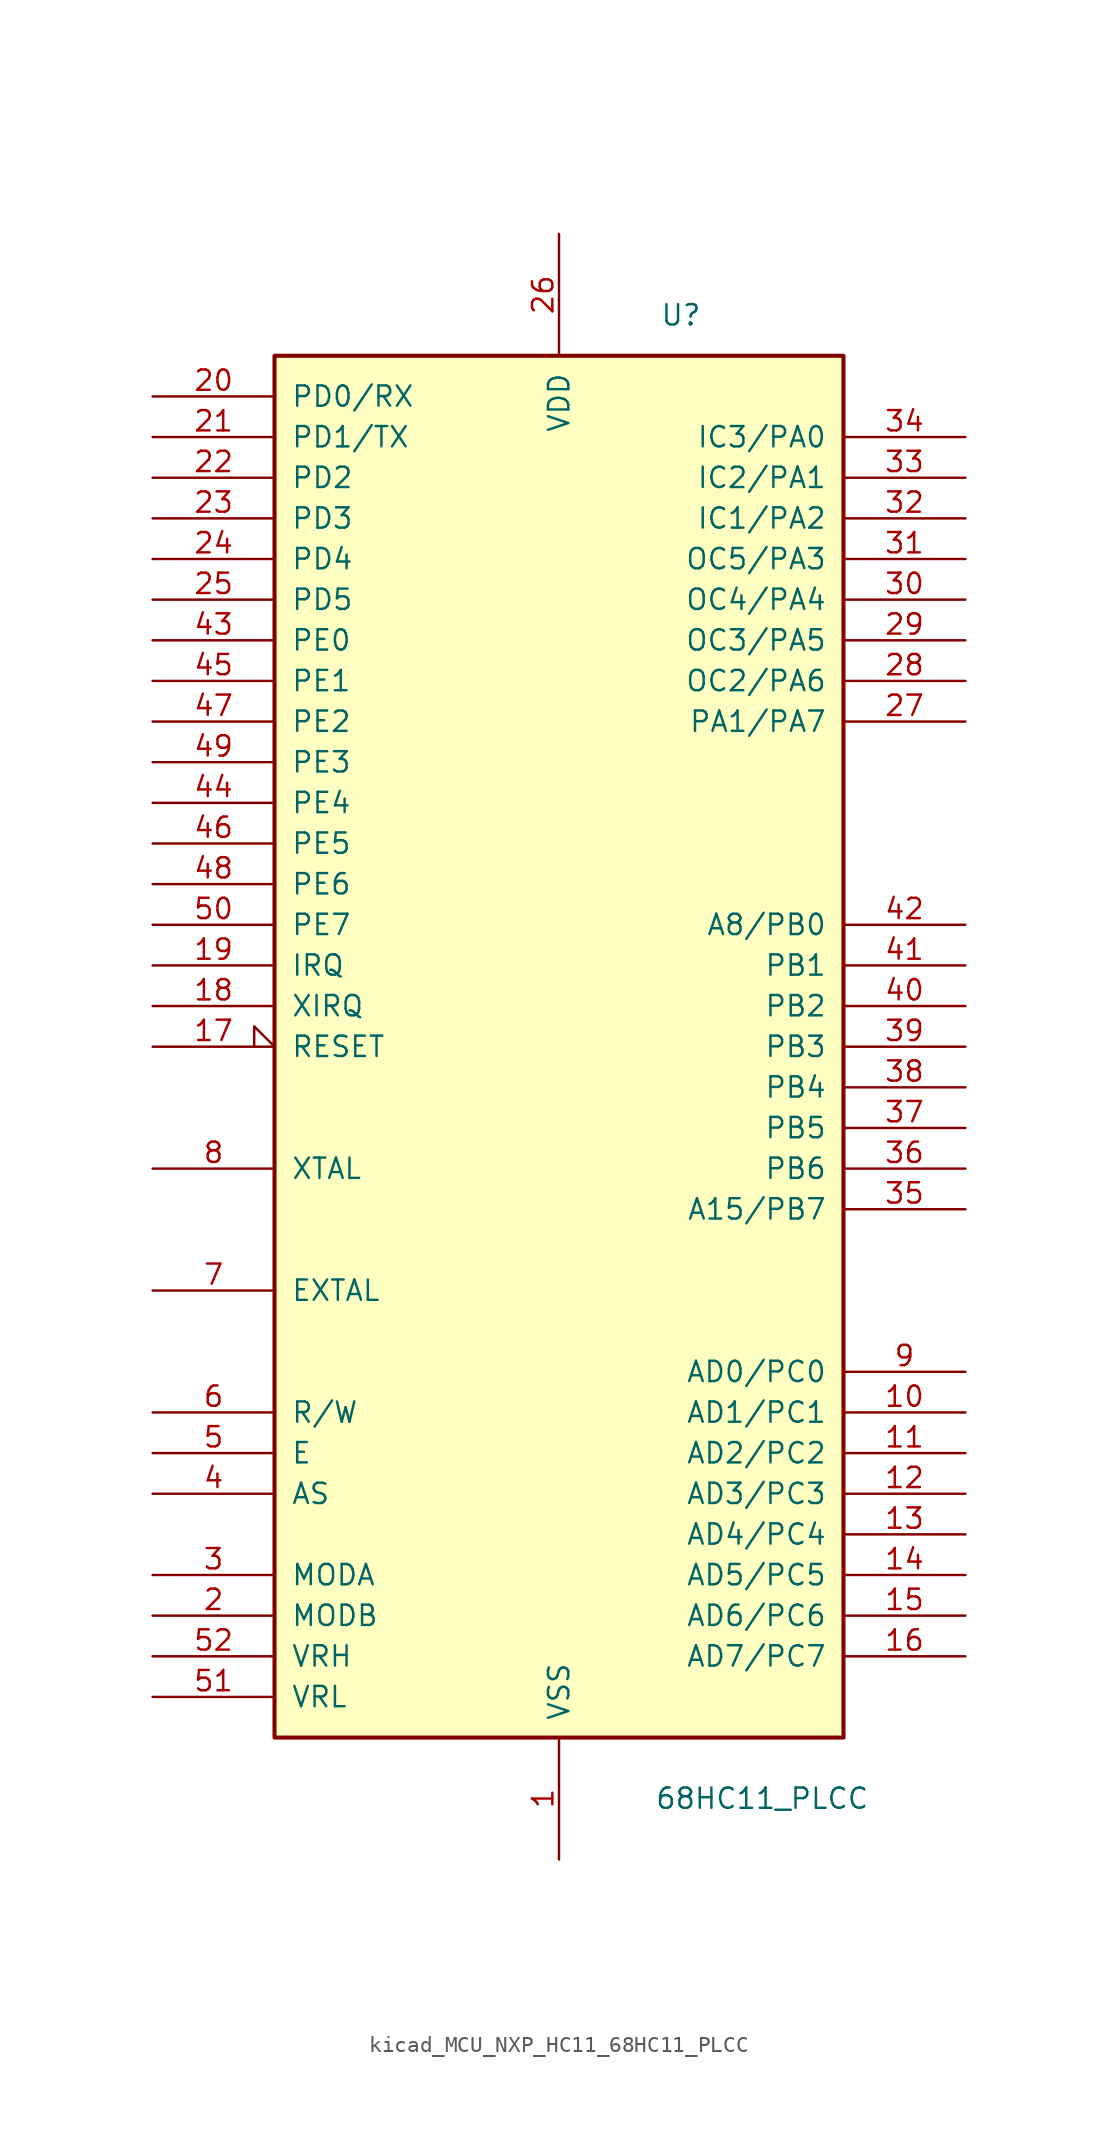
<source format=kicad_sym>
(kicad_symbol_lib
  (version 20220914)
  (generator kicad_symbol_editor)
  (symbol "kicad_MCU_NXP_HC11_68HC11_PLCC"
    (pin_names
      (offset 1.016))
    (property "Reference" "U"
      (at 7.62 45.72 0)
      (effects (font (size 1.27 1.27))))
    (property "Value" "68HC11_PLCC"
      (at 12.7 -46.99 0)
      (effects (font (size 1.27 1.27))))
    (symbol "kicad_MCU_NXP_HC11_68HC11_PLCC_0_1"
      (rectangle (start -17.78 -43.18) (end 17.78 43.18) (stroke (width 0.254) (type default)) (fill (type background))))
    (symbol "kicad_MCU_NXP_HC11_68HC11_PLCC_1_1"
      (pin power_in line (at 0 -50.8 90) (length 7.62) (name "VSS" (effects (font (size 1.27 1.27)))) (number "1" (effects (font (size 1.27 1.27)))))
      (pin tri_state line (at 25.4 -22.86 180) (length 7.62) (name "AD1/PC1" (effects (font (size 1.27 1.27)))) (number "10" (effects (font (size 1.27 1.27)))))
      (pin tri_state line (at 25.4 -25.4 180) (length 7.62) (name "AD2/PC2" (effects (font (size 1.27 1.27)))) (number "11" (effects (font (size 1.27 1.27)))))
      (pin tri_state line (at 25.4 -27.94 180) (length 7.62) (name "AD3/PC3" (effects (font (size 1.27 1.27)))) (number "12" (effects (font (size 1.27 1.27)))))
      (pin tri_state line (at 25.4 -30.48 180) (length 7.62) (name "AD4/PC4" (effects (font (size 1.27 1.27)))) (number "13" (effects (font (size 1.27 1.27)))))
      (pin tri_state line (at 25.4 -33.02 180) (length 7.62) (name "AD5/PC5" (effects (font (size 1.27 1.27)))) (number "14" (effects (font (size 1.27 1.27)))))
      (pin tri_state line (at 25.4 -35.56 180) (length 7.62) (name "AD6/PC6" (effects (font (size 1.27 1.27)))) (number "15" (effects (font (size 1.27 1.27)))))
      (pin tri_state line (at 25.4 -38.1 180) (length 7.62) (name "AD7/PC7" (effects (font (size 1.27 1.27)))) (number "16" (effects (font (size 1.27 1.27)))))
      (pin input input_low (at -25.4 0 0) (length 7.62) (name "RESET" (effects (font (size 1.27 1.27)))) (number "17" (effects (font (size 1.27 1.27)))))
      (pin input line (at -25.4 2.54 0) (length 7.62) (name "XIRQ" (effects (font (size 1.27 1.27)))) (number "18" (effects (font (size 1.27 1.27)))))
      (pin input line (at -25.4 5.08 0) (length 7.62) (name "IRQ" (effects (font (size 1.27 1.27)))) (number "19" (effects (font (size 1.27 1.27)))))
      (pin input line (at -25.4 -35.56 0) (length 7.62) (name "MODB" (effects (font (size 1.27 1.27)))) (number "2" (effects (font (size 1.27 1.27)))))
      (pin bidirectional line (at -25.4 40.64 0) (length 7.62) (name "PD0/RX" (effects (font (size 1.27 1.27)))) (number "20" (effects (font (size 1.27 1.27)))))
      (pin bidirectional line (at -25.4 38.1 0) (length 7.62) (name "PD1/TX" (effects (font (size 1.27 1.27)))) (number "21" (effects (font (size 1.27 1.27)))))
      (pin bidirectional line (at -25.4 35.56 0) (length 7.62) (name "PD2" (effects (font (size 1.27 1.27)))) (number "22" (effects (font (size 1.27 1.27)))))
      (pin input line (at -25.4 33.02 0) (length 7.62) (name "PD3" (effects (font (size 1.27 1.27)))) (number "23" (effects (font (size 1.27 1.27)))))
      (pin bidirectional line (at -25.4 30.48 0) (length 7.62) (name "PD4" (effects (font (size 1.27 1.27)))) (number "24" (effects (font (size 1.27 1.27)))))
      (pin bidirectional line (at -25.4 27.94 0) (length 7.62) (name "PD5" (effects (font (size 1.27 1.27)))) (number "25" (effects (font (size 1.27 1.27)))))
      (pin power_in line (at 0 50.8 270) (length 7.62) (name "VDD" (effects (font (size 1.27 1.27)))) (number "26" (effects (font (size 1.27 1.27)))))
      (pin input line (at 25.4 20.32 180) (length 7.62) (name "PA1/PA7" (effects (font (size 1.27 1.27)))) (number "27" (effects (font (size 1.27 1.27)))))
      (pin output line (at 25.4 22.86 180) (length 7.62) (name "OC2/PA6" (effects (font (size 1.27 1.27)))) (number "28" (effects (font (size 1.27 1.27)))))
      (pin output line (at 25.4 25.4 180) (length 7.62) (name "OC3/PA5" (effects (font (size 1.27 1.27)))) (number "29" (effects (font (size 1.27 1.27)))))
      (pin input line (at -25.4 -33.02 0) (length 7.62) (name "MODA" (effects (font (size 1.27 1.27)))) (number "3" (effects (font (size 1.27 1.27)))))
      (pin output line (at 25.4 27.94 180) (length 7.62) (name "OC4/PA4" (effects (font (size 1.27 1.27)))) (number "30" (effects (font (size 1.27 1.27)))))
      (pin output line (at 25.4 30.48 180) (length 7.62) (name "OC5/PA3" (effects (font (size 1.27 1.27)))) (number "31" (effects (font (size 1.27 1.27)))))
      (pin input line (at 25.4 33.02 180) (length 7.62) (name "IC1/PA2" (effects (font (size 1.27 1.27)))) (number "32" (effects (font (size 1.27 1.27)))))
      (pin input line (at 25.4 35.56 180) (length 7.62) (name "IC2/PA1" (effects (font (size 1.27 1.27)))) (number "33" (effects (font (size 1.27 1.27)))))
      (pin input line (at 25.4 38.1 180) (length 7.62) (name "IC3/PA0" (effects (font (size 1.27 1.27)))) (number "34" (effects (font (size 1.27 1.27)))))
      (pin output line (at 25.4 -10.16 180) (length 7.62) (name "A15/PB7" (effects (font (size 1.27 1.27)))) (number "35" (effects (font (size 1.27 1.27)))))
      (pin output line (at 25.4 -7.62 180) (length 7.62) (name "PB6" (effects (font (size 1.27 1.27)))) (number "36" (effects (font (size 1.27 1.27)))))
      (pin output line (at 25.4 -5.08 180) (length 7.62) (name "PB5" (effects (font (size 1.27 1.27)))) (number "37" (effects (font (size 1.27 1.27)))))
      (pin output line (at 25.4 -2.54 180) (length 7.62) (name "PB4" (effects (font (size 1.27 1.27)))) (number "38" (effects (font (size 1.27 1.27)))))
      (pin output line (at 25.4 0 180) (length 7.62) (name "PB3" (effects (font (size 1.27 1.27)))) (number "39" (effects (font (size 1.27 1.27)))))
      (pin output line (at -25.4 -27.94 0) (length 7.62) (name "AS" (effects (font (size 1.27 1.27)))) (number "4" (effects (font (size 1.27 1.27)))))
      (pin output line (at 25.4 2.54 180) (length 7.62) (name "PB2" (effects (font (size 1.27 1.27)))) (number "40" (effects (font (size 1.27 1.27)))))
      (pin output line (at 25.4 5.08 180) (length 7.62) (name "PB1" (effects (font (size 1.27 1.27)))) (number "41" (effects (font (size 1.27 1.27)))))
      (pin output line (at 25.4 7.62 180) (length 7.62) (name "A8/PB0" (effects (font (size 1.27 1.27)))) (number "42" (effects (font (size 1.27 1.27)))))
      (pin input line (at -25.4 25.4 0) (length 7.62) (name "PE0" (effects (font (size 1.27 1.27)))) (number "43" (effects (font (size 1.27 1.27)))))
      (pin input line (at -25.4 15.24 0) (length 7.62) (name "PE4" (effects (font (size 1.27 1.27)))) (number "44" (effects (font (size 1.27 1.27)))))
      (pin input line (at -25.4 22.86 0) (length 7.62) (name "PE1" (effects (font (size 1.27 1.27)))) (number "45" (effects (font (size 1.27 1.27)))))
      (pin input line (at -25.4 12.7 0) (length 7.62) (name "PE5" (effects (font (size 1.27 1.27)))) (number "46" (effects (font (size 1.27 1.27)))))
      (pin input line (at -25.4 20.32 0) (length 7.62) (name "PE2" (effects (font (size 1.27 1.27)))) (number "47" (effects (font (size 1.27 1.27)))))
      (pin input line (at -25.4 10.16 0) (length 7.62) (name "PE6" (effects (font (size 1.27 1.27)))) (number "48" (effects (font (size 1.27 1.27)))))
      (pin input line (at -25.4 17.78 0) (length 7.62) (name "PE3" (effects (font (size 1.27 1.27)))) (number "49" (effects (font (size 1.27 1.27)))))
      (pin output line (at -25.4 -25.4 0) (length 7.62) (name "E" (effects (font (size 1.27 1.27)))) (number "5" (effects (font (size 1.27 1.27)))))
      (pin input line (at -25.4 7.62 0) (length 7.62) (name "PE7" (effects (font (size 1.27 1.27)))) (number "50" (effects (font (size 1.27 1.27)))))
      (pin passive line (at -25.4 -40.64 0) (length 7.62) (name "VRL" (effects (font (size 1.27 1.27)))) (number "51" (effects (font (size 1.27 1.27)))))
      (pin passive line (at -25.4 -38.1 0) (length 7.62) (name "VRH" (effects (font (size 1.27 1.27)))) (number "52" (effects (font (size 1.27 1.27)))))
      (pin output line (at -25.4 -22.86 0) (length 7.62) (name "R/W" (effects (font (size 1.27 1.27)))) (number "6" (effects (font (size 1.27 1.27)))))
      (pin input line (at -25.4 -15.24 0) (length 7.62) (name "EXTAL" (effects (font (size 1.27 1.27)))) (number "7" (effects (font (size 1.27 1.27)))))
      (pin output line (at -25.4 -7.62 0) (length 7.62) (name "XTAL" (effects (font (size 1.27 1.27)))) (number "8" (effects (font (size 1.27 1.27)))))
      (pin tri_state line (at 25.4 -20.32 180) (length 7.62) (name "AD0/PC0" (effects (font (size 1.27 1.27)))) (number "9" (effects (font (size 1.27 1.27))))))))
</source>
